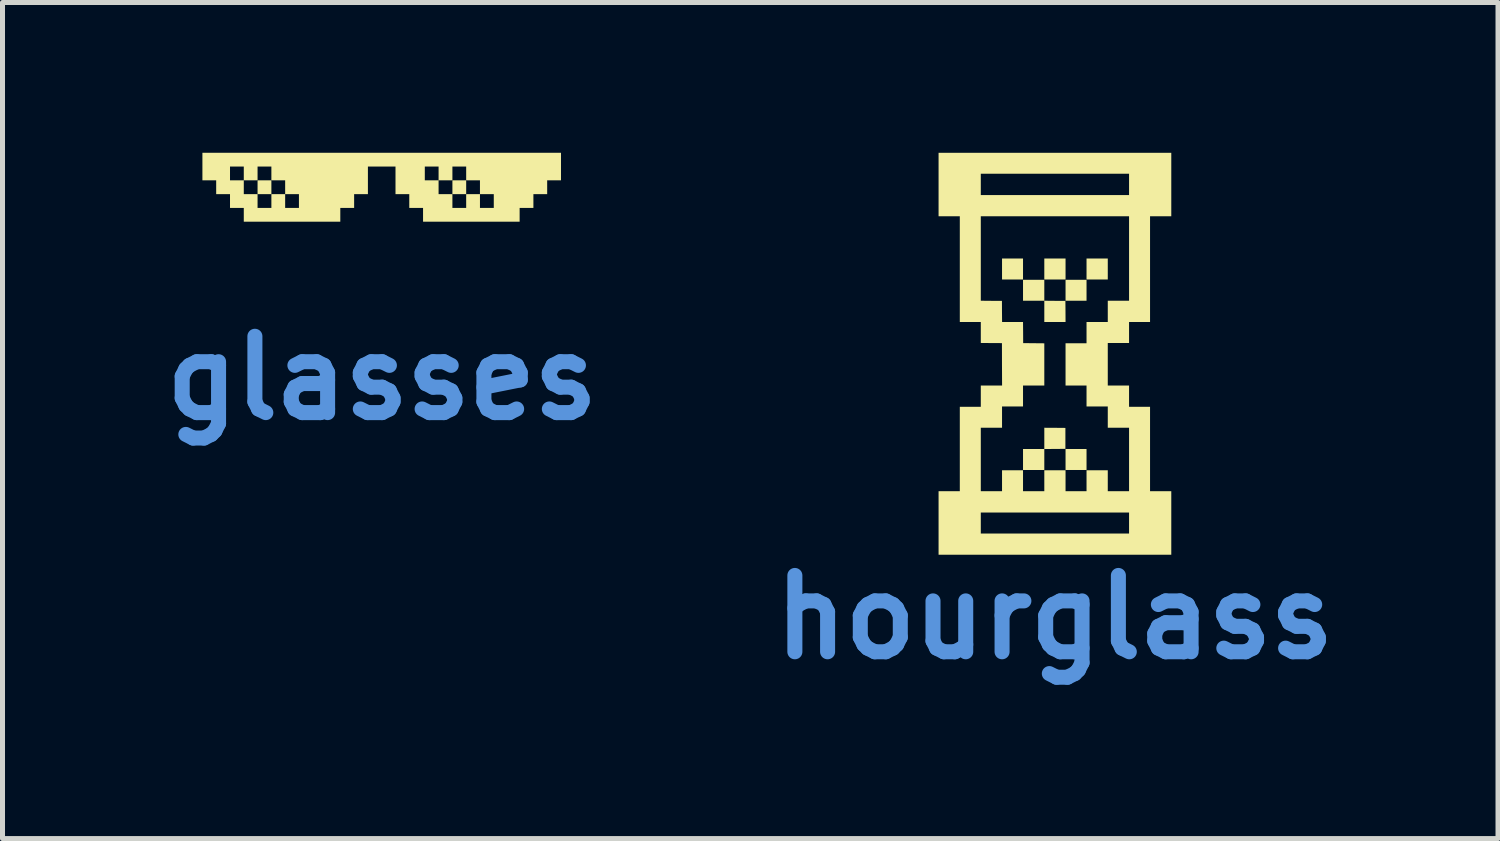
<source format=kicad_pcb>
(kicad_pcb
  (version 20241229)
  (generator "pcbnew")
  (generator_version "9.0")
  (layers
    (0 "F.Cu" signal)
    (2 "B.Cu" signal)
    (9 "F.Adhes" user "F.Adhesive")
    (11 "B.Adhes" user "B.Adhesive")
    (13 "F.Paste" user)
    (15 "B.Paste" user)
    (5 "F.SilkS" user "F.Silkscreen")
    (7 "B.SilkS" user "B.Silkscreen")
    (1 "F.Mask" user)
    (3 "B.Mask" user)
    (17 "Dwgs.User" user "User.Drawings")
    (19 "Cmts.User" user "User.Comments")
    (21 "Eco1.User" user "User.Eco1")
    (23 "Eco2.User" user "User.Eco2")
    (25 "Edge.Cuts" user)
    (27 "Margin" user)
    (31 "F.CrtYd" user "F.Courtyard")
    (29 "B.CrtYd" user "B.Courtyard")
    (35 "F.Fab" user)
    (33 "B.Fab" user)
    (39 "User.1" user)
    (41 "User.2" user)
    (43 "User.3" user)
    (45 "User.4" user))
  (footprint "glasses"
    (layer "F.Cu")
    (at 4.579 0.688)
    (property "Reference" "glasses" (at 0 3.81 0) (layer "Cmts.User") (effects (font (size 1.524 1.524) (thickness 0.3))))
    (attr board_only exclude_from_pos_files exclude_from_bom)
    (fp_poly (pts (xy -2.211 0.138) (xy -2.487 0.138) (xy -2.487 -0.138) (xy -2.211 -0.138)) (stroke (width 0) (type solid)) (fill yes) (layer "F.SilkS"))
    (fp_poly (pts (xy 1.678 0.138) (xy 1.403 0.138) (xy 1.403 -0.138) (xy 1.678 -0.138)) (stroke (width 0) (type solid)) (fill yes) (layer "F.SilkS"))
    (fp_poly (pts (xy 3.571 -0.138) (xy 3.295 -0.138) (xy 3.295 0.138) (xy 3.02 0.138) (xy 3.02 0.413) (xy 2.745 0.413) (xy 2.745 0.688) (xy 0.817 0.688) (xy 0.817 0.413) (xy 0.542 0.413) (xy 0.542 0.138) (xy 1.127 0.138) (xy 1.403 0.138) (xy 1.403 0.413) (xy 1.678 0.413) (xy 1.953 0.413) (xy 2.229 0.413) (xy 2.229 0.138) (xy 1.953 0.138) (xy 1.953 0.413) (xy 1.678 0.413) (xy 1.678 0.138) (xy 1.953 0.138) (xy 1.953 -0.138) (xy 1.678 -0.138) (xy 1.678 -0.413) (xy 1.403 -0.413) (xy 1.403 -0.138) (xy 1.127 -0.138) (xy 1.127 0.138) (xy 0.542 0.138) (xy 0.267 0.138) (xy 0.267 -0.138) (xy 0.852 -0.138) (xy 1.127 -0.138) (xy 1.127 -0.413) (xy 0.852 -0.413) (xy 0.852 -0.138) (xy 0.267 -0.138) (xy 0.267 -0.413) (xy -0.284 -0.413) (xy -0.284 0.138) (xy -0.559 0.138) (xy -0.559 0.413) (xy -0.835 0.413) (xy -0.835 0.688) (xy -2.762 0.688) (xy -2.762 0.413) (xy -3.037 0.413) (xy -3.037 0.138) (xy -2.762 0.138) (xy -2.487 0.138) (xy -2.487 0.413) (xy -2.211 0.413) (xy -1.936 0.413) (xy -1.661 0.413) (xy -1.661 0.138) (xy -1.936 0.138) (xy -1.936 0.413) (xy -2.211 0.413) (xy -2.211 0.138) (xy -1.936 0.138) (xy -1.936 -0.138) (xy -2.211 -0.138) (xy -2.211 -0.413) (xy -2.487 -0.413) (xy -2.487 -0.138) (xy -2.762 -0.138) (xy -2.762 0.138) (xy -3.037 0.138) (xy -3.313 0.138) (xy -3.313 -0.138) (xy -3.037 -0.138) (xy -2.762 -0.138) (xy -2.762 -0.413) (xy -3.037 -0.413) (xy -3.037 -0.138) (xy -3.313 -0.138) (xy -3.588 -0.138) (xy -3.588 -0.688) (xy 3.571 -0.688)) (stroke (width 0) (type solid)) (fill yes) (layer "F.SilkS")))
  (footprint "hourglass"
    (layer "F.Cu")
    (at 18.008 4.193)
    (property "Reference" "hourglass" (at 0 5.08 0) (layer "Cmts.User") (effects (font (size 1.524 1.524) (thickness 0.3))))
    (attr board_only exclude_from_pos_files exclude_from_bom)
    (fp_poly (pts (xy -0.634 -1.663) (xy -1.053 -1.663) (xy -1.053 -2.082) (xy -0.634 -2.082)) (stroke (width 0) (type solid)) (fill yes) (layer "F.SilkS"))
    (fp_poly (pts (xy 0.215 -1.663) (xy -0.209 -1.663) (xy -0.209 -2.082) (xy 0.215 -2.082)) (stroke (width 0) (type solid)) (fill yes) (layer "F.SilkS"))
    (fp_poly (pts (xy 0.634 -1.239) (xy 0.215 -1.239) (xy 0.215 -1.657) (xy 0.634 -1.657)) (stroke (width 0) (type solid)) (fill yes) (layer "F.SilkS"))
    (fp_poly (pts (xy 0.634 2.14) (xy 0.215 2.14) (xy 0.215 1.721) (xy 0.634 1.721)) (stroke (width 0) (type solid)) (fill yes) (layer "F.SilkS"))
    (fp_poly (pts (xy 1.058 -1.663) (xy 0.634 -1.663) (xy 0.634 -2.082) (xy 1.058 -2.082)) (stroke (width 0) (type solid)) (fill yes) (layer "F.SilkS"))
    (fp_poly (pts (xy -0.209 -1.239) (xy 0.001 -1.237) (xy 0.212 -1.236) (xy 0.214 -1.025) (xy 0.215 -0.814) (xy -0.209 -0.814) (xy -0.209 -1.239) (xy -0.634 -1.239) (xy -0.634 -1.657) (xy -0.209 -1.657)) (stroke (width 0) (type solid)) (fill yes) (layer "F.SilkS"))
    (fp_poly (pts (xy 0.001 1.298) (xy 0.212 1.3) (xy 0.212 1.718) (xy 0.001 1.72) (xy -0.209 1.721) (xy -0.209 2.14) (xy -0.634 2.14) (xy -0.634 1.721) (xy -0.209 1.721) (xy -0.209 1.297)) (stroke (width 0) (type solid)) (fill yes) (layer "F.SilkS"))
    (fp_poly (pts (xy 2.326 -2.925) (xy 1.902 -2.925) (xy 1.902 -0.814) (xy 1.483 -0.814) (xy 1.483 -0.395) (xy 1.058 -0.395) (xy 1.058 0.454) (xy 1.483 0.454) (xy 1.483 0.878) (xy 1.902 0.878) (xy 1.902 2.564) (xy 2.326 2.564) (xy 2.326 3.832) (xy -2.32 3.832) (xy -2.32 3.408) (xy -1.477 3.408) (xy 1.483 3.408) (xy 1.483 2.989) (xy -1.477 2.989) (xy -1.477 3.408) (xy -2.32 3.408) (xy -2.32 2.564) (xy -1.896 2.564) (xy -1.477 2.564) (xy -1.053 2.564) (xy -1.053 2.146) (xy -0.634 2.146) (xy -0.634 2.564) (xy -0.209 2.564) (xy -0.209 2.146) (xy 0.215 2.146) (xy 0.215 2.564) (xy 0.634 2.564) (xy 0.634 2.146) (xy 1.058 2.146) (xy 1.058 2.564) (xy 1.483 2.564) (xy 1.483 1.297) (xy 1.058 1.297) (xy 1.058 0.872) (xy 0.634 0.872) (xy 0.634 0.454) (xy 0.215 0.454) (xy 0.215 -0.39) (xy 0.634 -0.39) (xy 0.634 -0.814) (xy 1.058 -0.814) (xy 1.058 -1.239) (xy 1.483 -1.239) (xy 1.483 -2.925) (xy -1.477 -2.925) (xy -1.477 -1.239) (xy -1.266 -1.237) (xy -1.055 -1.236) (xy -1.054 -1.025) (xy -1.052 -0.814) (xy -0.634 -0.814) (xy -0.632 -0.603) (xy -0.631 -0.393) (xy -0.42 -0.391) (xy -0.209 -0.389) (xy -0.209 0.454) (xy -0.634 0.454) (xy -0.634 0.872) (xy -1.053 0.872) (xy -1.053 1.297) (xy -1.477 1.297) (xy -1.477 2.564) (xy -1.896 2.564) (xy -1.896 0.878) (xy -1.477 0.878) (xy -1.477 0.454) (xy -1.052 0.454) (xy -1.054 0.031) (xy -1.055 -0.393) (xy -1.266 -0.394) (xy -1.477 -0.396) (xy -1.477 -0.814) (xy -1.896 -0.814) (xy -1.896 -2.925) (xy -2.32 -2.925) (xy -2.32 -3.349) (xy -1.477 -3.349) (xy 1.483 -3.349) (xy 1.483 -3.774) (xy -1.477 -3.774) (xy -1.477 -3.349) (xy -2.32 -3.349) (xy -2.32 -4.193) (xy 2.326 -4.193)) (stroke (width 0) (type solid)) (fill yes) (layer "F.SilkS")))
  (gr_rect
    (start -3 -3)
    (end 26.857 13.691)
    (stroke (width 0.1) (type default))
    (fill no)
    (layer "Edge.Cuts")))
</source>
